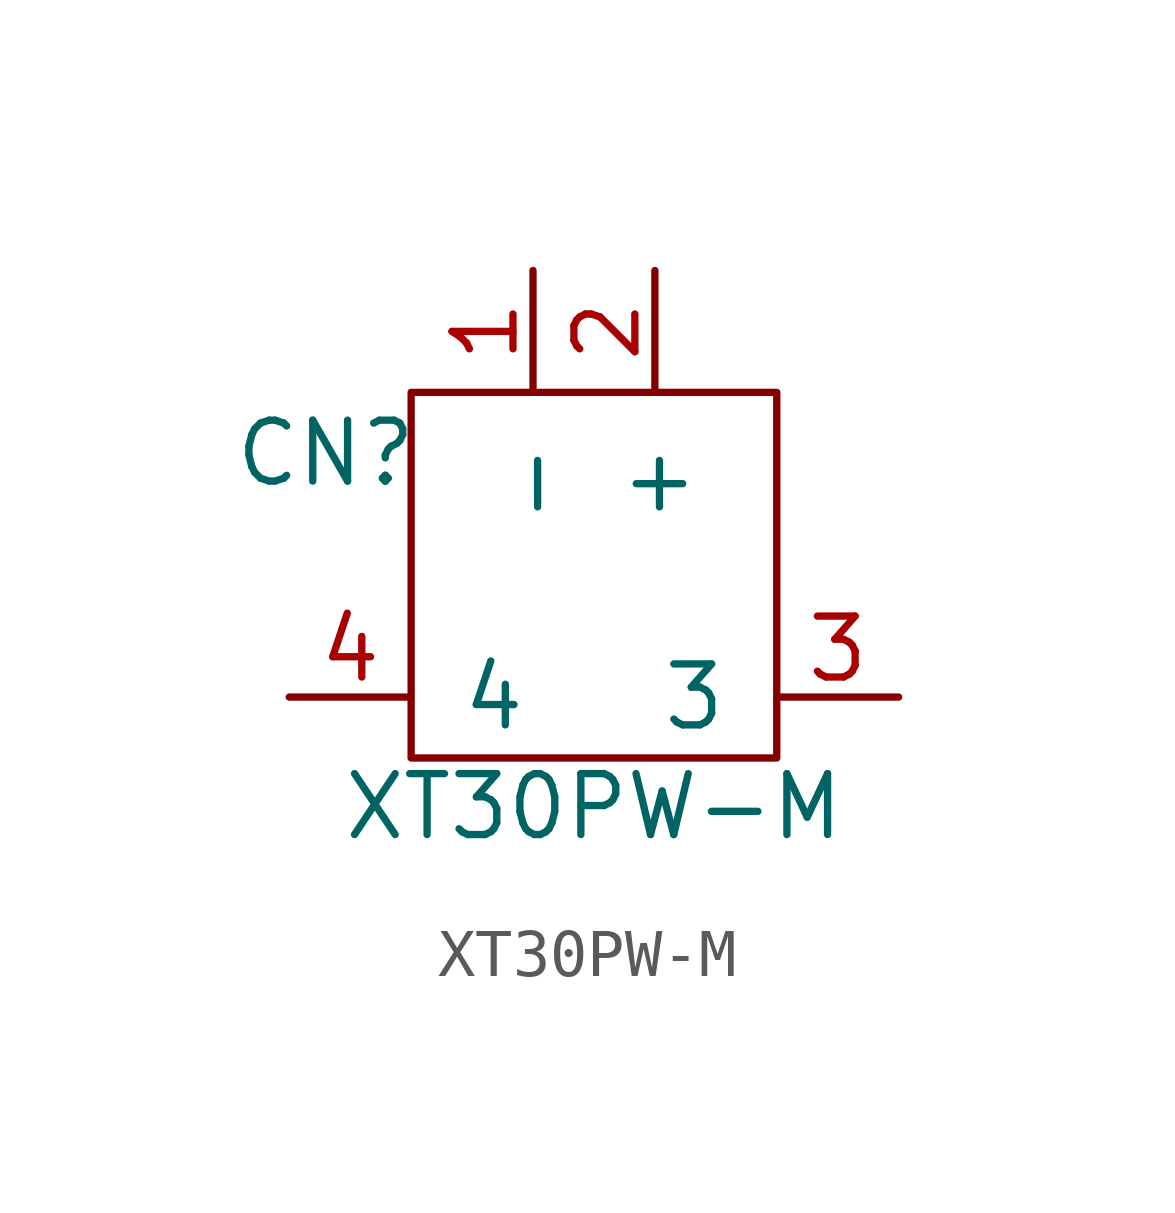
<source format=kicad_sym>
(kicad_symbol_lib
  (version 20231120)
  (generator "kicad_symbol_editor")
  (generator_version "8.0")
  (symbol "XT30PW-M"
    (pin_names
      (offset 1.016))
    (property "Reference" "CN"
      (at -5.588 1.27 0)
      (effects (font (size 1.27 1.27))))
    (property "Value" "XT30PW-M"
      (at 0 -6.096 0)
      (effects (font (size 1.27 1.27))))
    (symbol "XT30PW-M_1_1"
      (rectangle (start -3.81 2.54) (end 3.81 -5.08) (stroke (width 0.152) (type solid)) (fill (type none)))
      (pin input line (at -1.27 5.08 270) (length 2.54) (name "-" (effects (font (size 1.27 1.27)))) (number "1" (effects (font (size 1.27 1.27)))))
      (pin input line (at 1.27 5.08 270) (length 2.54) (name "+" (effects (font (size 1.27 1.27)))) (number "2" (effects (font (size 1.27 1.27)))))
      (pin input line (at 6.35 -3.81 180) (length 2.54) (name "3" (effects (font (size 1.27 1.27)))) (number "3" (effects (font (size 1.27 1.27)))))
      (pin input line (at -6.35 -3.81 0) (length 2.54) (name "4" (effects (font (size 1.27 1.27)))) (number "4" (effects (font (size 1.27 1.27))))))))
</source>
